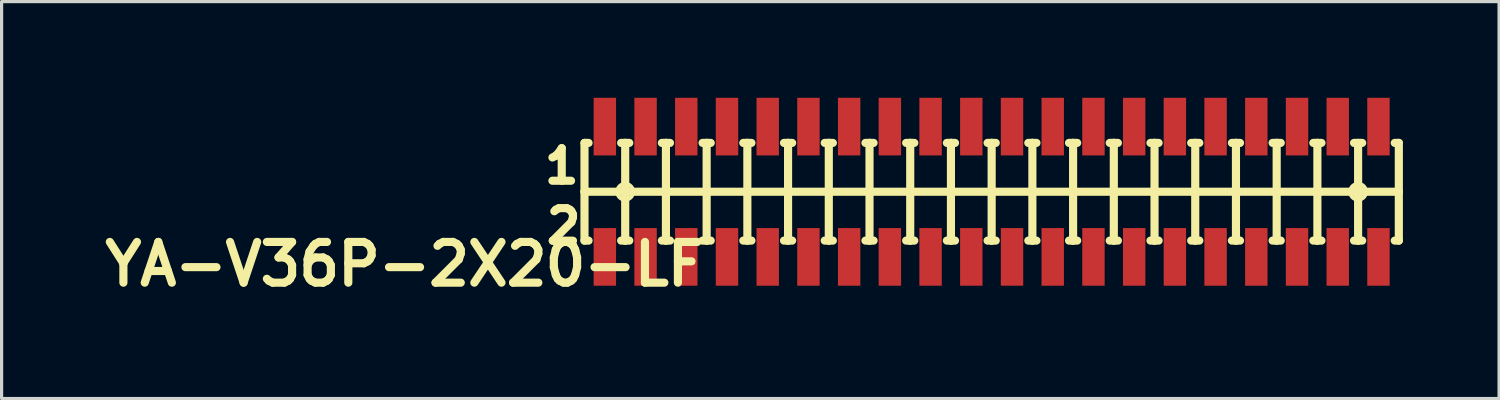
<source format=kicad_pcb>
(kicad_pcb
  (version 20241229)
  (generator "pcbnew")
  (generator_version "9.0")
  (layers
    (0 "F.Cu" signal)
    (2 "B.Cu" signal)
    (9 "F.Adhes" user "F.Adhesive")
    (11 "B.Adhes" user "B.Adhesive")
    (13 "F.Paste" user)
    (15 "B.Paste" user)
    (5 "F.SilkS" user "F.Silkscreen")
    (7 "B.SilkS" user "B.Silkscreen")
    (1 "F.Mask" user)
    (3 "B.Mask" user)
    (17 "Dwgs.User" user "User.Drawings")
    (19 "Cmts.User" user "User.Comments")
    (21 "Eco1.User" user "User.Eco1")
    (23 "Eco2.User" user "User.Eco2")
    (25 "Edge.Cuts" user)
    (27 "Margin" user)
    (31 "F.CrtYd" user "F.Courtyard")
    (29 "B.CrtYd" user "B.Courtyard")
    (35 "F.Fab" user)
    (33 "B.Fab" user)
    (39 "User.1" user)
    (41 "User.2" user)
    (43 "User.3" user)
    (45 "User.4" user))
  (footprint "YA-V36P-2X20-LF"
    (layer "F.Cu")
    (at 27.881 2.931)
    (property "Reference" "YA-V36P-2X20-LF" (at -18.313 2.261 0) (layer "F.SilkS") (effects (font (size 1.27 1.27) (thickness 0.254))))
    (attr smd)
    (fp_line (start -12.7 -1.524) (end -12.7 0) (stroke (width 0.254) (type solid)) (layer "F.SilkS"))
    (fp_line (start -12.7 0) (end -12.7 1.524) (stroke (width 0.254) (type solid)) (layer "F.SilkS"))
    (fp_line (start -12.7 0) (end -11.43 0) (stroke (width 0.254) (type solid)) (layer "F.SilkS"))
    (fp_line (start -12.7 1.524) (end -12.573 1.524) (stroke (width 0.254) (type solid)) (layer "F.SilkS"))
    (fp_line (start -12.573 -1.524) (end -12.7 -1.524) (stroke (width 0.254) (type solid)) (layer "F.SilkS"))
    (fp_line (start -11.778 0) (end -11.079 0) (stroke (width 0.127) (type solid)) (layer "F.SilkS"))
    (fp_line (start -11.557 -1.524) (end -11.43 -1.524) (stroke (width 0.254) (type solid)) (layer "F.SilkS"))
    (fp_line (start -11.557 1.524) (end -11.43 1.524) (stroke (width 0.254) (type solid)) (layer "F.SilkS"))
    (fp_line (start -11.43 -1.524) (end -11.303 -1.524) (stroke (width 0.254) (type solid)) (layer "F.SilkS"))
    (fp_line (start -11.43 0) (end -11.43 -1.524) (stroke (width 0.254) (type solid)) (layer "F.SilkS"))
    (fp_line (start -11.43 0) (end -10.16 0) (stroke (width 0.254) (type solid)) (layer "F.SilkS"))
    (fp_line (start -11.43 0.348) (end -11.43 -0.348) (stroke (width 0.127) (type solid)) (layer "F.SilkS"))
    (fp_line (start -11.43 1.524) (end -11.43 0) (stroke (width 0.254) (type solid)) (layer "F.SilkS"))
    (fp_line (start -11.43 1.524) (end -11.303 1.524) (stroke (width 0.254) (type solid)) (layer "F.SilkS"))
    (fp_line (start -10.287 -1.524) (end -10.16 -1.524) (stroke (width 0.254) (type solid)) (layer "F.SilkS"))
    (fp_line (start -10.287 1.524) (end -10.16 1.524) (stroke (width 0.254) (type solid)) (layer "F.SilkS"))
    (fp_line (start -10.16 -1.524) (end -10.033 -1.524) (stroke (width 0.254) (type solid)) (layer "F.SilkS"))
    (fp_line (start -10.16 0) (end -10.16 -1.524) (stroke (width 0.254) (type solid)) (layer "F.SilkS"))
    (fp_line (start -10.16 0) (end -8.89 0) (stroke (width 0.254) (type solid)) (layer "F.SilkS"))
    (fp_line (start -10.16 1.524) (end -10.16 0) (stroke (width 0.254) (type solid)) (layer "F.SilkS"))
    (fp_line (start -10.16 1.524) (end -10.033 1.524) (stroke (width 0.254) (type solid)) (layer "F.SilkS"))
    (fp_line (start -9.017 -1.524) (end -8.89 -1.524) (stroke (width 0.254) (type solid)) (layer "F.SilkS"))
    (fp_line (start -9.017 1.524) (end -8.89 1.524) (stroke (width 0.254) (type solid)) (layer "F.SilkS"))
    (fp_line (start -8.89 -1.524) (end -8.763 -1.524) (stroke (width 0.254) (type solid)) (layer "F.SilkS"))
    (fp_line (start -8.89 0) (end -8.89 -1.524) (stroke (width 0.254) (type solid)) (layer "F.SilkS"))
    (fp_line (start -8.89 0) (end -7.62 0) (stroke (width 0.254) (type solid)) (layer "F.SilkS"))
    (fp_line (start -8.89 1.524) (end -8.89 0) (stroke (width 0.254) (type solid)) (layer "F.SilkS"))
    (fp_line (start -8.89 1.524) (end -8.763 1.524) (stroke (width 0.254) (type solid)) (layer "F.SilkS"))
    (fp_line (start -7.747 -1.524) (end -7.62 -1.524) (stroke (width 0.254) (type solid)) (layer "F.SilkS"))
    (fp_line (start -7.747 1.524) (end -7.62 1.524) (stroke (width 0.254) (type solid)) (layer "F.SilkS"))
    (fp_line (start -7.62 -1.524) (end -7.493 -1.524) (stroke (width 0.254) (type solid)) (layer "F.SilkS"))
    (fp_line (start -7.62 0) (end -7.62 -1.524) (stroke (width 0.254) (type solid)) (layer "F.SilkS"))
    (fp_line (start -7.62 0) (end -6.35 0) (stroke (width 0.254) (type solid)) (layer "F.SilkS"))
    (fp_line (start -7.62 1.524) (end -7.62 0) (stroke (width 0.254) (type solid)) (layer "F.SilkS"))
    (fp_line (start -7.62 1.524) (end -7.493 1.524) (stroke (width 0.254) (type solid)) (layer "F.SilkS"))
    (fp_line (start -6.477 -1.524) (end -6.35 -1.524) (stroke (width 0.254) (type solid)) (layer "F.SilkS"))
    (fp_line (start -6.477 1.524) (end -6.35 1.524) (stroke (width 0.254) (type solid)) (layer "F.SilkS"))
    (fp_line (start -6.35 -1.524) (end -6.223 -1.524) (stroke (width 0.254) (type solid)) (layer "F.SilkS"))
    (fp_line (start -6.35 0) (end -6.35 -1.524) (stroke (width 0.254) (type solid)) (layer "F.SilkS"))
    (fp_line (start -6.35 0) (end -5.08 0) (stroke (width 0.254) (type solid)) (layer "F.SilkS"))
    (fp_line (start -6.35 1.524) (end -6.35 0) (stroke (width 0.254) (type solid)) (layer "F.SilkS"))
    (fp_line (start -6.35 1.524) (end -6.223 1.524) (stroke (width 0.254) (type solid)) (layer "F.SilkS"))
    (fp_line (start -5.207 -1.524) (end -5.08 -1.524) (stroke (width 0.254) (type solid)) (layer "F.SilkS"))
    (fp_line (start -5.207 1.524) (end -5.08 1.524) (stroke (width 0.254) (type solid)) (layer "F.SilkS"))
    (fp_line (start -5.08 -1.524) (end -4.953 -1.524) (stroke (width 0.254) (type solid)) (layer "F.SilkS"))
    (fp_line (start -5.08 0) (end -5.08 -1.524) (stroke (width 0.254) (type solid)) (layer "F.SilkS"))
    (fp_line (start -5.08 0) (end -3.81 0) (stroke (width 0.254) (type solid)) (layer "F.SilkS"))
    (fp_line (start -5.08 1.524) (end -5.08 0) (stroke (width 0.254) (type solid)) (layer "F.SilkS"))
    (fp_line (start -5.08 1.524) (end -4.953 1.524) (stroke (width 0.254) (type solid)) (layer "F.SilkS"))
    (fp_line (start -3.937 -1.524) (end -3.81 -1.524) (stroke (width 0.254) (type solid)) (layer "F.SilkS"))
    (fp_line (start -3.937 1.524) (end -3.81 1.524) (stroke (width 0.254) (type solid)) (layer "F.SilkS"))
    (fp_line (start -3.81 -1.524) (end -3.683 -1.524) (stroke (width 0.254) (type solid)) (layer "F.SilkS"))
    (fp_line (start -3.81 0) (end -3.81 -1.524) (stroke (width 0.254) (type solid)) (layer "F.SilkS"))
    (fp_line (start -3.81 0) (end -2.54 0) (stroke (width 0.254) (type solid)) (layer "F.SilkS"))
    (fp_line (start -3.81 1.524) (end -3.81 0) (stroke (width 0.254) (type solid)) (layer "F.SilkS"))
    (fp_line (start -3.81 1.524) (end -3.683 1.524) (stroke (width 0.254) (type solid)) (layer "F.SilkS"))
    (fp_line (start -2.667 -1.524) (end -2.54 -1.524) (stroke (width 0.254) (type solid)) (layer "F.SilkS"))
    (fp_line (start -2.667 1.524) (end -2.54 1.524) (stroke (width 0.254) (type solid)) (layer "F.SilkS"))
    (fp_line (start -2.54 -1.524) (end -2.413 -1.524) (stroke (width 0.254) (type solid)) (layer "F.SilkS"))
    (fp_line (start -2.54 0) (end -2.54 -1.524) (stroke (width 0.254) (type solid)) (layer "F.SilkS"))
    (fp_line (start -2.54 0) (end -1.27 0) (stroke (width 0.254) (type solid)) (layer "F.SilkS"))
    (fp_line (start -2.54 1.524) (end -2.54 0) (stroke (width 0.254) (type solid)) (layer "F.SilkS"))
    (fp_line (start -2.54 1.524) (end -2.413 1.524) (stroke (width 0.254) (type solid)) (layer "F.SilkS"))
    (fp_line (start -1.397 -1.524) (end -1.27 -1.524) (stroke (width 0.254) (type solid)) (layer "F.SilkS"))
    (fp_line (start -1.397 1.524) (end -1.27 1.524) (stroke (width 0.254) (type solid)) (layer "F.SilkS"))
    (fp_line (start -1.27 -1.524) (end -1.143 -1.524) (stroke (width 0.254) (type solid)) (layer "F.SilkS"))
    (fp_line (start -1.27 0) (end -1.27 -1.524) (stroke (width 0.254) (type solid)) (layer "F.SilkS"))
    (fp_line (start -1.27 0) (end 0 0) (stroke (width 0.254) (type solid)) (layer "F.SilkS"))
    (fp_line (start -1.27 1.524) (end -1.27 0) (stroke (width 0.254) (type solid)) (layer "F.SilkS"))
    (fp_line (start -1.27 1.524) (end -1.143 1.524) (stroke (width 0.254) (type solid)) (layer "F.SilkS"))
    (fp_line (start -0.127 -1.524) (end 0 -1.524) (stroke (width 0.254) (type solid)) (layer "F.SilkS"))
    (fp_line (start -0.127 1.524) (end 0 1.524) (stroke (width 0.254) (type solid)) (layer "F.SilkS"))
    (fp_line (start 0 -1.524) (end 0.127 -1.524) (stroke (width 0.254) (type solid)) (layer "F.SilkS"))
    (fp_line (start 0 0) (end 0 -1.524) (stroke (width 0.254) (type solid)) (layer "F.SilkS"))
    (fp_line (start 0 0) (end 1.27 0) (stroke (width 0.254) (type solid)) (layer "F.SilkS"))
    (fp_line (start 0 1.524) (end 0 0) (stroke (width 0.254) (type solid)) (layer "F.SilkS"))
    (fp_line (start 0 1.524) (end 0.127 1.524) (stroke (width 0.254) (type solid)) (layer "F.SilkS"))
    (fp_line (start 1.143 -1.524) (end 1.27 -1.524) (stroke (width 0.254) (type solid)) (layer "F.SilkS"))
    (fp_line (start 1.143 1.524) (end 1.27 1.524) (stroke (width 0.254) (type solid)) (layer "F.SilkS"))
    (fp_line (start 1.27 -1.524) (end 1.397 -1.524) (stroke (width 0.254) (type solid)) (layer "F.SilkS"))
    (fp_line (start 1.27 0) (end 1.27 -1.524) (stroke (width 0.254) (type solid)) (layer "F.SilkS"))
    (fp_line (start 1.27 0) (end 2.54 0) (stroke (width 0.254) (type solid)) (layer "F.SilkS"))
    (fp_line (start 1.27 1.524) (end 1.27 0) (stroke (width 0.254) (type solid)) (layer "F.SilkS"))
    (fp_line (start 1.27 1.524) (end 1.397 1.524) (stroke (width 0.254) (type solid)) (layer "F.SilkS"))
    (fp_line (start 2.413 -1.524) (end 2.54 -1.524) (stroke (width 0.254) (type solid)) (layer "F.SilkS"))
    (fp_line (start 2.413 1.524) (end 2.54 1.524) (stroke (width 0.254) (type solid)) (layer "F.SilkS"))
    (fp_line (start 2.54 -1.524) (end 2.667 -1.524) (stroke (width 0.254) (type solid)) (layer "F.SilkS"))
    (fp_line (start 2.54 0) (end 2.54 -1.524) (stroke (width 0.254) (type solid)) (layer "F.SilkS"))
    (fp_line (start 2.54 0) (end 3.81 0) (stroke (width 0.254) (type solid)) (layer "F.SilkS"))
    (fp_line (start 2.54 1.524) (end 2.54 0) (stroke (width 0.254) (type solid)) (layer "F.SilkS"))
    (fp_line (start 2.54 1.524) (end 2.667 1.524) (stroke (width 0.254) (type solid)) (layer "F.SilkS"))
    (fp_line (start 3.683 -1.524) (end 3.81 -1.524) (stroke (width 0.254) (type solid)) (layer "F.SilkS"))
    (fp_line (start 3.683 1.524) (end 3.81 1.524) (stroke (width 0.254) (type solid)) (layer "F.SilkS"))
    (fp_line (start 3.81 -1.524) (end 3.937 -1.524) (stroke (width 0.254) (type solid)) (layer "F.SilkS"))
    (fp_line (start 3.81 0) (end 3.81 -1.524) (stroke (width 0.254) (type solid)) (layer "F.SilkS"))
    (fp_line (start 3.81 0) (end 5.08 0) (stroke (width 0.254) (type solid)) (layer "F.SilkS"))
    (fp_line (start 3.81 1.524) (end 3.81 0) (stroke (width 0.254) (type solid)) (layer "F.SilkS"))
    (fp_line (start 3.81 1.524) (end 3.937 1.524) (stroke (width 0.254) (type solid)) (layer "F.SilkS"))
    (fp_line (start 4.953 -1.524) (end 5.08 -1.524) (stroke (width 0.254) (type solid)) (layer "F.SilkS"))
    (fp_line (start 4.953 1.524) (end 5.08 1.524) (stroke (width 0.254) (type solid)) (layer "F.SilkS"))
    (fp_line (start 5.08 -1.524) (end 5.207 -1.524) (stroke (width 0.254) (type solid)) (layer "F.SilkS"))
    (fp_line (start 5.08 0) (end 5.08 -1.524) (stroke (width 0.254) (type solid)) (layer "F.SilkS"))
    (fp_line (start 5.08 0) (end 6.35 0) (stroke (width 0.254) (type solid)) (layer "F.SilkS"))
    (fp_line (start 5.08 1.524) (end 5.08 0) (stroke (width 0.254) (type solid)) (layer "F.SilkS"))
    (fp_line (start 5.08 1.524) (end 5.207 1.524) (stroke (width 0.254) (type solid)) (layer "F.SilkS"))
    (fp_line (start 6.223 -1.524) (end 6.35 -1.524) (stroke (width 0.254) (type solid)) (layer "F.SilkS"))
    (fp_line (start 6.223 1.524) (end 6.35 1.524) (stroke (width 0.254) (type solid)) (layer "F.SilkS"))
    (fp_line (start 6.35 -1.524) (end 6.477 -1.524) (stroke (width 0.254) (type solid)) (layer "F.SilkS"))
    (fp_line (start 6.35 0) (end 6.35 -1.524) (stroke (width 0.254) (type solid)) (layer "F.SilkS"))
    (fp_line (start 6.35 0) (end 7.62 0) (stroke (width 0.254) (type solid)) (layer "F.SilkS"))
    (fp_line (start 6.35 1.524) (end 6.35 0) (stroke (width 0.254) (type solid)) (layer "F.SilkS"))
    (fp_line (start 6.35 1.524) (end 6.477 1.524) (stroke (width 0.254) (type solid)) (layer "F.SilkS"))
    (fp_line (start 7.493 -1.524) (end 7.62 -1.524) (stroke (width 0.254) (type solid)) (layer "F.SilkS"))
    (fp_line (start 7.493 1.524) (end 7.62 1.524) (stroke (width 0.254) (type solid)) (layer "F.SilkS"))
    (fp_line (start 7.62 -1.524) (end 7.747 -1.524) (stroke (width 0.254) (type solid)) (layer "F.SilkS"))
    (fp_line (start 7.62 0) (end 7.62 -1.524) (stroke (width 0.254) (type solid)) (layer "F.SilkS"))
    (fp_line (start 7.62 0) (end 8.89 0) (stroke (width 0.254) (type solid)) (layer "F.SilkS"))
    (fp_line (start 7.62 1.524) (end 7.62 0) (stroke (width 0.254) (type solid)) (layer "F.SilkS"))
    (fp_line (start 7.62 1.524) (end 7.747 1.524) (stroke (width 0.254) (type solid)) (layer "F.SilkS"))
    (fp_line (start 8.763 -1.524) (end 8.89 -1.524) (stroke (width 0.254) (type solid)) (layer "F.SilkS"))
    (fp_line (start 8.763 1.524) (end 8.89 1.524) (stroke (width 0.254) (type solid)) (layer "F.SilkS"))
    (fp_line (start 8.89 -1.524) (end 9.017 -1.524) (stroke (width 0.254) (type solid)) (layer "F.SilkS"))
    (fp_line (start 8.89 0) (end 8.89 -1.524) (stroke (width 0.254) (type solid)) (layer "F.SilkS"))
    (fp_line (start 8.89 0) (end 10.16 0) (stroke (width 0.254) (type solid)) (layer "F.SilkS"))
    (fp_line (start 8.89 1.524) (end 8.89 0) (stroke (width 0.254) (type solid)) (layer "F.SilkS"))
    (fp_line (start 8.89 1.524) (end 9.017 1.524) (stroke (width 0.254) (type solid)) (layer "F.SilkS"))
    (fp_line (start 10.033 -1.524) (end 10.16 -1.524) (stroke (width 0.254) (type solid)) (layer "F.SilkS"))
    (fp_line (start 10.033 1.524) (end 10.16 1.524) (stroke (width 0.254) (type solid)) (layer "F.SilkS"))
    (fp_line (start 10.16 -1.524) (end 10.287 -1.524) (stroke (width 0.254) (type solid)) (layer "F.SilkS"))
    (fp_line (start 10.16 0) (end 10.16 -1.524) (stroke (width 0.254) (type solid)) (layer "F.SilkS"))
    (fp_line (start 10.16 0) (end 11.43 0) (stroke (width 0.254) (type solid)) (layer "F.SilkS"))
    (fp_line (start 10.16 1.524) (end 10.16 0) (stroke (width 0.254) (type solid)) (layer "F.SilkS"))
    (fp_line (start 10.16 1.524) (end 10.287 1.524) (stroke (width 0.254) (type solid)) (layer "F.SilkS"))
    (fp_line (start 11.079 0) (end 11.778 0) (stroke (width 0.127) (type solid)) (layer "F.SilkS"))
    (fp_line (start 11.303 -1.524) (end 11.557 -1.524) (stroke (width 0.254) (type solid)) (layer "F.SilkS"))
    (fp_line (start 11.303 1.524) (end 11.43 1.524) (stroke (width 0.254) (type solid)) (layer "F.SilkS"))
    (fp_line (start 11.43 0) (end 11.43 -1.524) (stroke (width 0.254) (type solid)) (layer "F.SilkS"))
    (fp_line (start 11.43 0) (end 12.7 0) (stroke (width 0.254) (type solid)) (layer "F.SilkS"))
    (fp_line (start 11.43 0.348) (end 11.43 -0.348) (stroke (width 0.127) (type solid)) (layer "F.SilkS"))
    (fp_line (start 11.43 1.524) (end 11.43 0) (stroke (width 0.254) (type solid)) (layer "F.SilkS"))
    (fp_line (start 11.43 1.524) (end 11.557 1.524) (stroke (width 0.254) (type solid)) (layer "F.SilkS"))
    (fp_line (start 12.573 -1.524) (end 12.7 -1.524) (stroke (width 0.254) (type solid)) (layer "F.SilkS"))
    (fp_line (start 12.7 -1.524) (end 12.7 0) (stroke (width 0.254) (type solid)) (layer "F.SilkS"))
    (fp_line (start 12.7 0) (end 12.7 1.524) (stroke (width 0.254) (type solid)) (layer "F.SilkS"))
    (fp_line (start 12.7 1.524) (end 12.573 1.524) (stroke (width 0.254) (type solid)) (layer "F.SilkS"))
    (fp_circle (center -11.43 0) (end -11.603 0.173) (stroke (width 0.127) (type solid)) (fill no) (layer "F.SilkS"))
    (fp_circle (center 11.43 0) (end 11.603 0.173) (stroke (width 0.127) (type solid)) (fill no) (layer "F.SilkS"))
    (fp_line (start -12.573 -1.524) (end -11.557 -1.524) (stroke (width 0.254) (type solid)) (layer "Eco1.User"))
    (fp_line (start -12.573 1.524) (end -11.557 1.524) (stroke (width 0.254) (type solid)) (layer "Eco1.User"))
    (fp_line (start -11.303 -1.524) (end -10.287 -1.524) (stroke (width 0.254) (type solid)) (layer "Eco1.User"))
    (fp_line (start -11.303 1.524) (end -10.287 1.524) (stroke (width 0.254) (type solid)) (layer "Eco1.User"))
    (fp_line (start -10.033 -1.524) (end -9.017 -1.524) (stroke (width 0.254) (type solid)) (layer "Eco1.User"))
    (fp_line (start -10.033 1.524) (end -9.017 1.524) (stroke (width 0.254) (type solid)) (layer "Eco1.User"))
    (fp_line (start -8.763 -1.524) (end -7.747 -1.524) (stroke (width 0.254) (type solid)) (layer "Eco1.User"))
    (fp_line (start -8.763 1.524) (end -7.747 1.524) (stroke (width 0.254) (type solid)) (layer "Eco1.User"))
    (fp_line (start -7.493 -1.524) (end -6.477 -1.524) (stroke (width 0.254) (type solid)) (layer "Eco1.User"))
    (fp_line (start -7.493 1.524) (end -6.477 1.524) (stroke (width 0.254) (type solid)) (layer "Eco1.User"))
    (fp_line (start -6.223 -1.524) (end -5.207 -1.524) (stroke (width 0.254) (type solid)) (layer "Eco1.User"))
    (fp_line (start -6.223 1.524) (end -5.207 1.524) (stroke (width 0.254) (type solid)) (layer "Eco1.User"))
    (fp_line (start -4.953 -1.524) (end -3.937 -1.524) (stroke (width 0.254) (type solid)) (layer "Eco1.User"))
    (fp_line (start -4.953 1.524) (end -3.937 1.524) (stroke (width 0.254) (type solid)) (layer "Eco1.User"))
    (fp_line (start -3.683 -1.524) (end -2.667 -1.524) (stroke (width 0.254) (type solid)) (layer "Eco1.User"))
    (fp_line (start -3.683 1.524) (end -2.667 1.524) (stroke (width 0.254) (type solid)) (layer "Eco1.User"))
    (fp_line (start -2.413 -1.524) (end -1.397 -1.524) (stroke (width 0.254) (type solid)) (layer "Eco1.User"))
    (fp_line (start -2.413 1.524) (end -1.397 1.524) (stroke (width 0.254) (type solid)) (layer "Eco1.User"))
    (fp_line (start -1.143 -1.524) (end -0.127 -1.524) (stroke (width 0.254) (type solid)) (layer "Eco1.User"))
    (fp_line (start -1.143 1.524) (end -0.127 1.524) (stroke (width 0.254) (type solid)) (layer "Eco1.User"))
    (fp_line (start 0.127 -1.524) (end 1.143 -1.524) (stroke (width 0.254) (type solid)) (layer "Eco1.User"))
    (fp_line (start 0.127 1.524) (end 1.143 1.524) (stroke (width 0.254) (type solid)) (layer "Eco1.User"))
    (fp_line (start 1.397 -1.524) (end 2.413 -1.524) (stroke (width 0.254) (type solid)) (layer "Eco1.User"))
    (fp_line (start 1.397 1.524) (end 2.413 1.524) (stroke (width 0.254) (type solid)) (layer "Eco1.User"))
    (fp_line (start 2.667 -1.524) (end 3.683 -1.524) (stroke (width 0.254) (type solid)) (layer "Eco1.User"))
    (fp_line (start 2.667 1.524) (end 3.683 1.524) (stroke (width 0.254) (type solid)) (layer "Eco1.User"))
    (fp_line (start 3.937 -1.524) (end 4.953 -1.524) (stroke (width 0.254) (type solid)) (layer "Eco1.User"))
    (fp_line (start 3.937 1.524) (end 4.953 1.524) (stroke (width 0.254) (type solid)) (layer "Eco1.User"))
    (fp_line (start 5.207 -1.524) (end 6.223 -1.524) (stroke (width 0.254) (type solid)) (layer "Eco1.User"))
    (fp_line (start 5.207 1.524) (end 6.223 1.524) (stroke (width 0.254) (type solid)) (layer "Eco1.User"))
    (fp_line (start 6.477 -1.524) (end 7.493 -1.524) (stroke (width 0.254) (type solid)) (layer "Eco1.User"))
    (fp_line (start 6.477 1.524) (end 7.493 1.524) (stroke (width 0.254) (type solid)) (layer "Eco1.User"))
    (fp_line (start 7.747 -1.524) (end 8.763 -1.524) (stroke (width 0.254) (type solid)) (layer "Eco1.User"))
    (fp_line (start 7.747 1.524) (end 8.763 1.524) (stroke (width 0.254) (type solid)) (layer "Eco1.User"))
    (fp_line (start 9.017 -1.524) (end 10.033 -1.524) (stroke (width 0.254) (type solid)) (layer "Eco1.User"))
    (fp_line (start 9.017 1.524) (end 10.033 1.524) (stroke (width 0.254) (type solid)) (layer "Eco1.User"))
    (fp_line (start 10.287 -1.524) (end 11.303 -1.524) (stroke (width 0.254) (type solid)) (layer "Eco1.User"))
    (fp_line (start 10.287 1.524) (end 11.303 1.524) (stroke (width 0.254) (type solid)) (layer "Eco1.User"))
    (fp_line (start 11.557 -1.524) (end 12.573 -1.524) (stroke (width 0.254) (type solid)) (layer "Eco1.User"))
    (fp_line (start 11.557 1.524) (end 12.573 1.524) (stroke (width 0.254) (type solid)) (layer "Eco1.User"))
    (fp_text user "1" (at -13.41 -0.8 0) (layer "F.SilkS") (effects (font (size 1.016 1.016) (thickness 0.254))))
    (fp_text user "2" (at -13.35 1.07 0) (layer "F.SilkS") (effects (font (size 1.016 1.016) (thickness 0.254))))
    (pad "1" smd rect (at -12.065 -2.032 90) (size 1.798 0.699) (layers "F.Cu" "F.Mask" "F.Paste"))
    (pad "2" smd rect (at -12.065 2.032 90) (size 1.798 0.699) (layers "F.Cu" "F.Mask" "F.Paste"))
    (pad "3" smd rect (at -10.795 -2.032 90) (size 1.798 0.699) (layers "F.Cu" "F.Mask" "F.Paste"))
    (pad "4" smd rect (at -10.795 2.032 90) (size 1.798 0.699) (layers "F.Cu" "F.Mask" "F.Paste"))
    (pad "5" smd rect (at -9.525 -2.032 90) (size 1.798 0.699) (layers "F.Cu" "F.Mask" "F.Paste"))
    (pad "6" smd rect (at -9.525 2.032 90) (size 1.798 0.699) (layers "F.Cu" "F.Mask" "F.Paste"))
    (pad "7" smd rect (at -8.255 -2.032 90) (size 1.798 0.699) (layers "F.Cu" "F.Mask" "F.Paste"))
    (pad "8" smd rect (at -8.255 2.032 90) (size 1.798 0.699) (layers "F.Cu" "F.Mask" "F.Paste"))
    (pad "9" smd rect (at -6.985 -2.032 90) (size 1.798 0.699) (layers "F.Cu" "F.Mask" "F.Paste"))
    (pad "10" smd rect (at -6.985 2.032 90) (size 1.798 0.699) (layers "F.Cu" "F.Mask" "F.Paste"))
    (pad "11" smd rect (at -5.715 -2.032 90) (size 1.798 0.699) (layers "F.Cu" "F.Mask" "F.Paste"))
    (pad "12" smd rect (at -5.715 2.032 90) (size 1.798 0.699) (layers "F.Cu" "F.Mask" "F.Paste"))
    (pad "13" smd rect (at -4.445 -2.032 90) (size 1.798 0.699) (layers "F.Cu" "F.Mask" "F.Paste"))
    (pad "14" smd rect (at -4.445 2.032 90) (size 1.798 0.699) (layers "F.Cu" "F.Mask" "F.Paste"))
    (pad "15" smd rect (at -3.175 -2.032 90) (size 1.798 0.699) (layers "F.Cu" "F.Mask" "F.Paste"))
    (pad "16" smd rect (at -3.175 2.032 90) (size 1.798 0.699) (layers "F.Cu" "F.Mask" "F.Paste"))
    (pad "17" smd rect (at -1.905 -2.032 90) (size 1.798 0.699) (layers "F.Cu" "F.Mask" "F.Paste"))
    (pad "18" smd rect (at -1.905 2.032 90) (size 1.798 0.699) (layers "F.Cu" "F.Mask" "F.Paste"))
    (pad "19" smd rect (at -0.635 -2.032 90) (size 1.798 0.699) (layers "F.Cu" "F.Mask" "F.Paste"))
    (pad "20" smd rect (at -0.635 2.032 90) (size 1.798 0.699) (layers "F.Cu" "F.Mask" "F.Paste"))
    (pad "21" smd rect (at 0.635 -2.032 90) (size 1.798 0.699) (layers "F.Cu" "F.Mask" "F.Paste"))
    (pad "22" smd rect (at 0.635 2.032 90) (size 1.798 0.699) (layers "F.Cu" "F.Mask" "F.Paste"))
    (pad "23" smd rect (at 1.905 -2.032 90) (size 1.798 0.699) (layers "F.Cu" "F.Mask" "F.Paste"))
    (pad "24" smd rect (at 1.905 2.032 90) (size 1.798 0.699) (layers "F.Cu" "F.Mask" "F.Paste"))
    (pad "25" smd rect (at 3.175 -2.032 90) (size 1.798 0.699) (layers "F.Cu" "F.Mask" "F.Paste"))
    (pad "26" smd rect (at 3.175 2.032 90) (size 1.798 0.699) (layers "F.Cu" "F.Mask" "F.Paste"))
    (pad "27" smd rect (at 4.445 -2.032 90) (size 1.798 0.699) (layers "F.Cu" "F.Mask" "F.Paste"))
    (pad "28" smd rect (at 4.445 2.032 90) (size 1.798 0.699) (layers "F.Cu" "F.Mask" "F.Paste"))
    (pad "29" smd rect (at 5.715 -2.032 90) (size 1.798 0.699) (layers "F.Cu" "F.Mask" "F.Paste"))
    (pad "30" smd rect (at 5.715 2.032 90) (size 1.798 0.699) (layers "F.Cu" "F.Mask" "F.Paste"))
    (pad "31" smd rect (at 6.985 -2.032 90) (size 1.798 0.699) (layers "F.Cu" "F.Mask" "F.Paste"))
    (pad "32" smd rect (at 6.985 2.032 90) (size 1.798 0.699) (layers "F.Cu" "F.Mask" "F.Paste"))
    (pad "33" smd rect (at 8.255 -2.032 90) (size 1.798 0.699) (layers "F.Cu" "F.Mask" "F.Paste"))
    (pad "34" smd rect (at 8.255 2.032 90) (size 1.798 0.699) (layers "F.Cu" "F.Mask" "F.Paste"))
    (pad "35" smd rect (at 9.525 -2.032 90) (size 1.798 0.699) (layers "F.Cu" "F.Mask" "F.Paste"))
    (pad "36" smd rect (at 9.525 2.032 90) (size 1.798 0.699) (layers "F.Cu" "F.Mask" "F.Paste"))
    (pad "37" smd rect (at 10.795 -2.032 90) (size 1.798 0.699) (layers "F.Cu" "F.Mask" "F.Paste"))
    (pad "38" smd rect (at 10.795 2.032 90) (size 1.798 0.699) (layers "F.Cu" "F.Mask" "F.Paste"))
    (pad "39" smd rect (at 12.065 -2.032 90) (size 1.798 0.699) (layers "F.Cu" "F.Mask" "F.Paste"))
    (pad "40" smd rect (at 12.065 2.032 90) (size 1.798 0.699) (layers "F.Cu" "F.Mask" "F.Paste")))
  (gr_rect
    (start -3 -3)
    (end 43.708 9.38)
    (stroke (width 0.1) (type default))
    (fill no)
    (layer "Edge.Cuts")))
</source>
